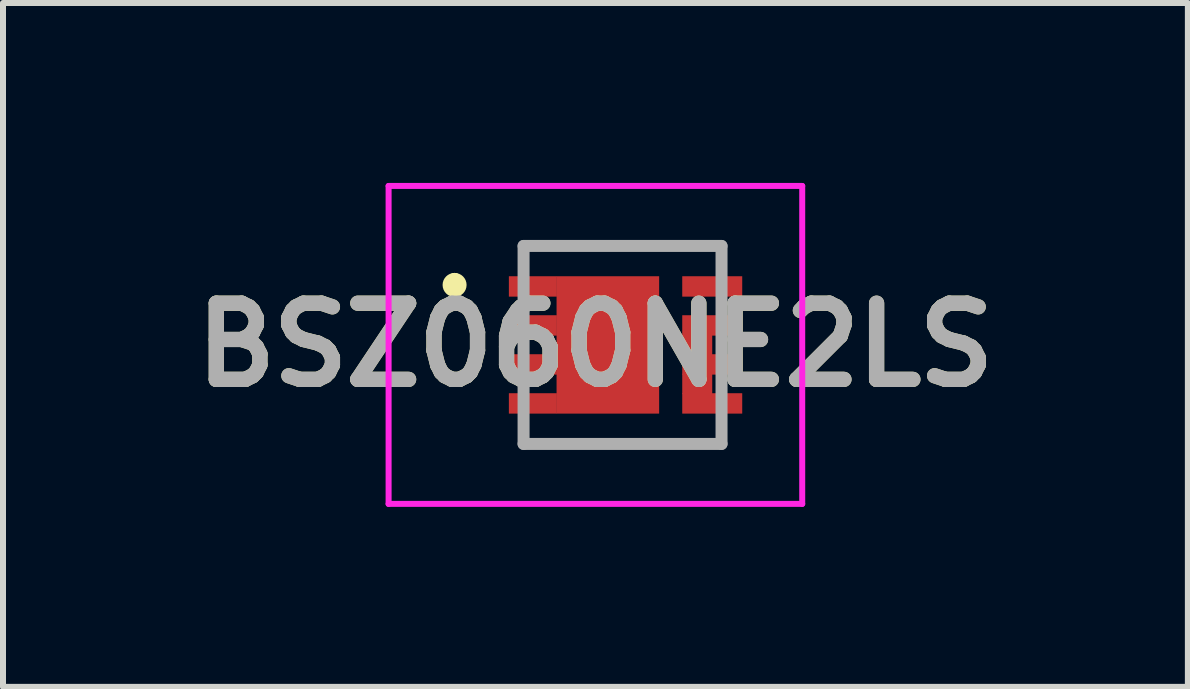
<source format=kicad_pcb>
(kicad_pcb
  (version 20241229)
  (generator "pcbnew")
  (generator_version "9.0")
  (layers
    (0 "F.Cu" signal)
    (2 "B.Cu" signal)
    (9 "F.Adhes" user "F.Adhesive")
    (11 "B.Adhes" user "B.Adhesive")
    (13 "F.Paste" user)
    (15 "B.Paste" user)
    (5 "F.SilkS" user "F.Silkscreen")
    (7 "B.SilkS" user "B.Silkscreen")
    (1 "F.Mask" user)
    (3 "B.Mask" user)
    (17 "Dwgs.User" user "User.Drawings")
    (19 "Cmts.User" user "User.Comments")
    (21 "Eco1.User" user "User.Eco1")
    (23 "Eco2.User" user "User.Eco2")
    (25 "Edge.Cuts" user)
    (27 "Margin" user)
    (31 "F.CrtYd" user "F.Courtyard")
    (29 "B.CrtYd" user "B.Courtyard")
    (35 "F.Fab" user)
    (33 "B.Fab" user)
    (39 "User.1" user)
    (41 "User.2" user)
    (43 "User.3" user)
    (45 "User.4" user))
  (footprint "BSZ060NE2LS"
    (layer "F.Cu")
    (at 6.703 2.7)
    (property "Reference" "BSZ060NE2LS" (at 0.173 0 0) (layer "F.SilkS") (effects (font (size 1.27 1.27) (thickness 0.254))))
    (attr smd)
    (fp_line (start -2.175 -1.1) (end -2.175 -1.1) (stroke (width 0.2) (type solid)) (layer "F.SilkS"))
    (fp_line (start -2.175 -0.9) (end -2.175 -0.9) (stroke (width 0.2) (type solid)) (layer "F.SilkS"))
    (fp_line (start -1.025 -1.65) (end 2.275 -1.65) (stroke (width 0.1) (type solid)) (layer "F.SilkS"))
    (fp_line (start -1.025 -1.5) (end -1.025 -1.65) (stroke (width 0.1) (type solid)) (layer "F.SilkS"))
    (fp_line (start -1.025 1.5) (end -1.025 1.65) (stroke (width 0.1) (type solid)) (layer "F.SilkS"))
    (fp_line (start -1.025 1.65) (end 2.275 1.65) (stroke (width 0.1) (type solid)) (layer "F.SilkS"))
    (fp_line (start 2.275 -1.65) (end 2.275 -1.5) (stroke (width 0.1) (type solid)) (layer "F.SilkS"))
    (fp_line (start 2.275 1.65) (end 2.275 1.5) (stroke (width 0.1) (type solid)) (layer "F.SilkS"))
    (fp_arc (start -2.175 -1.1) (mid -2.075 -1) (end -2.175 -0.9) (stroke (width 0.2) (type solid)) (layer "F.SilkS"))
    (fp_arc (start -2.175 -0.9) (mid -2.275 -1) (end -2.175 -1.1) (stroke (width 0.2) (type solid)) (layer "F.SilkS"))
    (fp_line (start -3.275 -2.65) (end 3.62 -2.65) (stroke (width 0.1) (type solid)) (layer "F.CrtYd"))
    (fp_line (start -3.275 2.65) (end -3.275 -2.65) (stroke (width 0.1) (type solid)) (layer "F.CrtYd"))
    (fp_line (start 3.62 -2.65) (end 3.62 2.65) (stroke (width 0.1) (type solid)) (layer "F.CrtYd"))
    (fp_line (start 3.62 2.65) (end -3.275 2.65) (stroke (width 0.1) (type solid)) (layer "F.CrtYd"))
    (fp_line (start -1.025 -1.65) (end 2.275 -1.65) (stroke (width 0.2) (type solid)) (layer "F.Fab"))
    (fp_line (start -1.025 1.65) (end -1.025 -1.65) (stroke (width 0.2) (type solid)) (layer "F.Fab"))
    (fp_line (start 2.275 -1.65) (end 2.275 1.65) (stroke (width 0.2) (type solid)) (layer "F.Fab"))
    (fp_line (start 2.275 1.65) (end -1.025 1.65) (stroke (width 0.2) (type solid)) (layer "F.Fab"))
    (fp_text user "${REFERENCE}" (at 0.173 0 0) (layer "F.Fab") (effects (font (size 1.27 1.27) (thickness 0.254))))
    (pad "1" smd rect (at -0.87 -0.975 90) (size 0.34 0.8) (layers "F.Cu" "F.Mask" "F.Paste"))
    (pad "2" smd rect (at -0.87 -0.325 90) (size 0.34 0.8) (layers "F.Cu" "F.Mask" "F.Paste"))
    (pad "3" smd rect (at -0.87 0.325 90) (size 0.34 0.8) (layers "F.Cu" "F.Mask" "F.Paste"))
    (pad "4" smd rect (at -0.87 0.975 90) (size 0.34 0.8) (layers "F.Cu" "F.Mask" "F.Paste"))
    (pad "5" smd rect (at 2.12 0.975 90) (size 0.34 1) (layers "F.Cu" "F.Mask" "F.Paste"))
    (pad "6" smd rect (at 2.12 0.325 90) (size 0.34 1) (layers "F.Cu" "F.Mask" "F.Paste"))
    (pad "7" smd rect (at 2.12 -0.325 90) (size 0.34 1) (layers "F.Cu" "F.Mask" "F.Paste"))
    (pad "8" smd rect (at 2.12 -0.975 90) (size 0.34 1) (layers "F.Cu" "F.Mask" "F.Paste"))
    (pad "9" smd rect (at 0.38 0) (size 1.71 2.29) (layers "F.Cu" "F.Mask" "F.Paste"))
    (pad "10" smd rect (at 1.87 0 90) (size 0.34 0.5) (layers "F.Cu" "F.Mask" "F.Paste"))
    (pad "11" smd rect (at 1.87 0.65 90) (size 0.34 0.5) (layers "F.Cu" "F.Mask" "F.Paste")))
  (gr_rect
    (start -3 -3)
    (end 16.752 8.4)
    (stroke (width 0.1) (type default))
    (fill no)
    (layer "Edge.Cuts")))
</source>
